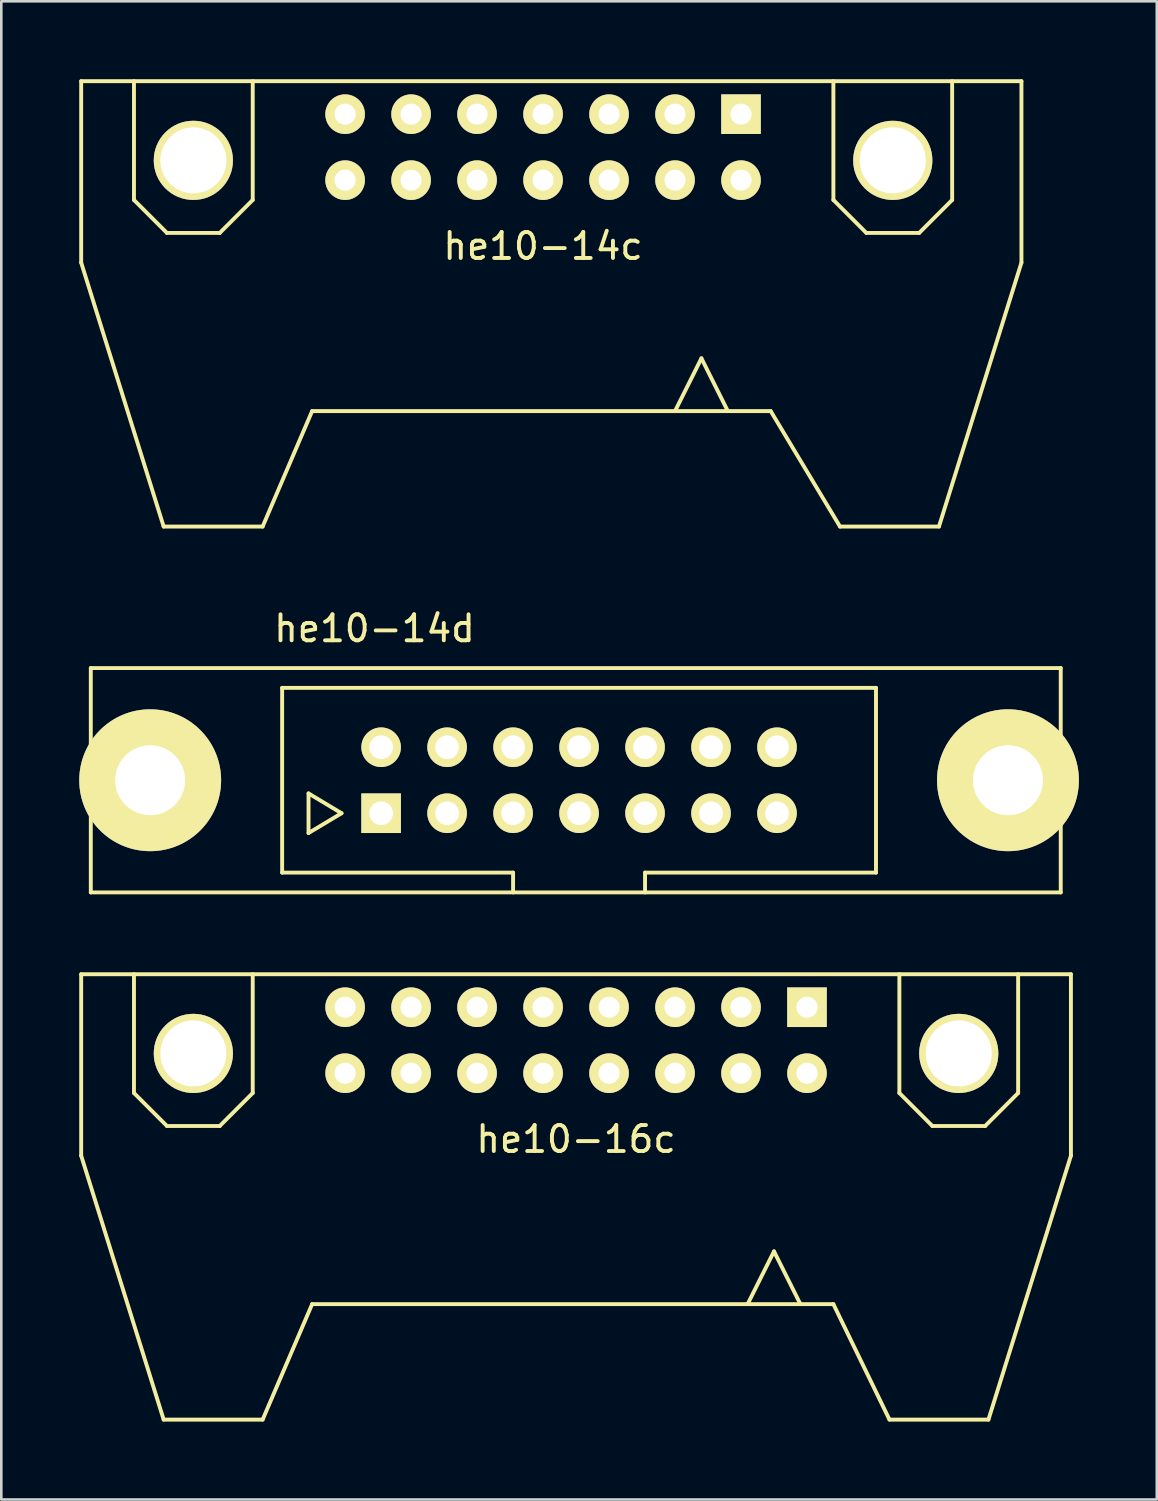
<source format=kicad_pcb>
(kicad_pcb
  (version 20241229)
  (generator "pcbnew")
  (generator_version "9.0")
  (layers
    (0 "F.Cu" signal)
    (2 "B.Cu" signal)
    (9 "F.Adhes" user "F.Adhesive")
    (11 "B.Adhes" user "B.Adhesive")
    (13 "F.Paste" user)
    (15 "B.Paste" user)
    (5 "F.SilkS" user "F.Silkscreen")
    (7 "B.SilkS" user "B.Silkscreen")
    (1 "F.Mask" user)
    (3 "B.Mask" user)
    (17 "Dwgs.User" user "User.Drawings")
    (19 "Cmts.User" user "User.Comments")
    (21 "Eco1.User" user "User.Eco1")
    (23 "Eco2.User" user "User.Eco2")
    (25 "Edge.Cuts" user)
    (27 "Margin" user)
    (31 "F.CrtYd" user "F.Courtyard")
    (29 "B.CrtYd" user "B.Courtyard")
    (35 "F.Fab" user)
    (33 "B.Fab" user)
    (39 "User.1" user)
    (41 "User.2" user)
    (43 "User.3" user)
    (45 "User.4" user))
  (footprint "he10-14d"
    (layer "F.Cu")
    (at 19.241 26.985)
    (property "Reference" "he10-14d" (at -7.874 -5.842 0) (layer "F.SilkS") (effects (font (size 1 1) (thickness 0.15))))
    (attr through_hole)
    (fp_line (start -18.796 -4.318) (end 18.542 -4.318) (stroke (width 0.15) (type solid)) (layer "F.SilkS"))
    (fp_line (start -18.796 4.318) (end -18.796 -4.318) (stroke (width 0.15) (type solid)) (layer "F.SilkS"))
    (fp_line (start -11.43 -3.556) (end 11.43 -3.556) (stroke (width 0.15) (type solid)) (layer "F.SilkS"))
    (fp_line (start -11.43 3.556) (end -11.43 -3.556) (stroke (width 0.15) (type solid)) (layer "F.SilkS"))
    (fp_line (start -10.414 0.508) (end -10.414 2.032) (stroke (width 0.15) (type solid)) (layer "F.SilkS"))
    (fp_line (start -10.414 2.032) (end -9.144 1.27) (stroke (width 0.15) (type solid)) (layer "F.SilkS"))
    (fp_line (start -9.144 1.27) (end -10.414 0.508) (stroke (width 0.15) (type solid)) (layer "F.SilkS"))
    (fp_line (start -2.54 3.556) (end -11.43 3.556) (stroke (width 0.15) (type solid)) (layer "F.SilkS"))
    (fp_line (start -2.54 4.318) (end -2.54 3.556) (stroke (width 0.15) (type solid)) (layer "F.SilkS"))
    (fp_line (start 2.54 3.556) (end 2.54 4.318) (stroke (width 0.15) (type solid)) (layer "F.SilkS"))
    (fp_line (start 11.43 -3.556) (end 11.43 3.556) (stroke (width 0.15) (type solid)) (layer "F.SilkS"))
    (fp_line (start 11.43 3.556) (end 2.54 3.556) (stroke (width 0.15) (type solid)) (layer "F.SilkS"))
    (fp_line (start 18.542 -4.318) (end 18.542 4.318) (stroke (width 0.15) (type solid)) (layer "F.SilkS"))
    (fp_line (start 18.542 4.318) (end -18.796 4.318) (stroke (width 0.15) (type solid)) (layer "F.SilkS"))
    (pad "0" thru_hole circle (at -16.51 0) (size 5.461 5.461) (drill 2.692) (layers "*.Cu" "*.Mask" "F.SilkS"))
    (pad "0" thru_hole circle (at 16.51 0) (size 5.461 5.461) (drill 2.692) (layers "*.Cu" "*.Mask" "F.SilkS"))
    (pad "1" thru_hole rect (at -7.62 1.27) (size 1.524 1.524) (drill 0.914) (layers "*.Cu" "*.Mask" "F.SilkS"))
    (pad "2" thru_hole circle (at -7.62 -1.27) (size 1.524 1.524) (drill 0.914) (layers "*.Cu" "*.Mask" "F.SilkS"))
    (pad "3" thru_hole circle (at -5.08 1.27) (size 1.524 1.524) (drill 0.914) (layers "*.Cu" "*.Mask" "F.SilkS"))
    (pad "4" thru_hole circle (at -5.08 -1.27) (size 1.524 1.524) (drill 0.914) (layers "*.Cu" "*.Mask" "F.SilkS"))
    (pad "5" thru_hole circle (at -2.54 1.27) (size 1.524 1.524) (drill 0.914) (layers "*.Cu" "*.Mask" "F.SilkS"))
    (pad "6" thru_hole circle (at -2.54 -1.27) (size 1.524 1.524) (drill 0.914) (layers "*.Cu" "*.Mask" "F.SilkS"))
    (pad "7" thru_hole circle (at 0 1.27) (size 1.524 1.524) (drill 0.914) (layers "*.Cu" "*.Mask" "F.SilkS"))
    (pad "8" thru_hole circle (at 0 -1.27) (size 1.524 1.524) (drill 0.914) (layers "*.Cu" "*.Mask" "F.SilkS"))
    (pad "9" thru_hole circle (at 2.54 1.27) (size 1.524 1.524) (drill 0.914) (layers "*.Cu" "*.Mask" "F.SilkS"))
    (pad "10" thru_hole circle (at 2.54 -1.27) (size 1.524 1.524) (drill 0.914) (layers "*.Cu" "*.Mask" "F.SilkS"))
    (pad "11" thru_hole circle (at 5.08 1.27) (size 1.524 1.524) (drill 0.914) (layers "*.Cu" "*.Mask" "F.SilkS"))
    (pad "12" thru_hole circle (at 5.08 -1.27) (size 1.524 1.524) (drill 0.914) (layers "*.Cu" "*.Mask" "F.SilkS"))
    (pad "13" thru_hole circle (at 7.62 1.27) (size 1.524 1.524) (drill 0.914) (layers "*.Cu" "*.Mask" "F.SilkS"))
    (pad "14" thru_hole circle (at 7.62 -1.27) (size 1.524 1.524) (drill 0.914) (layers "*.Cu" "*.Mask" "F.SilkS")))
  (footprint "he10-16c"
    (layer "F.Cu")
    (at 19.125 36.993)
    (property "Reference" "he10-16c" (at 0 3.81 0) (layer "F.SilkS") (effects (font (size 1 1) (thickness 0.15))))
    (attr through_hole)
    (fp_line (start -19.05 -2.54) (end -19.05 4.445) (stroke (width 0.15) (type solid)) (layer "F.SilkS"))
    (fp_line (start -19.05 -2.54) (end 19.05 -2.54) (stroke (width 0.15) (type solid)) (layer "F.SilkS"))
    (fp_line (start -19.05 4.445) (end -15.875 14.605) (stroke (width 0.15) (type solid)) (layer "F.SilkS"))
    (fp_line (start -17.018 2.032) (end -17.018 -2.54) (stroke (width 0.15) (type solid)) (layer "F.SilkS"))
    (fp_line (start -15.875 14.605) (end -12.065 14.605) (stroke (width 0.15) (type solid)) (layer "F.SilkS"))
    (fp_line (start -15.748 3.302) (end -17.018 2.032) (stroke (width 0.15) (type solid)) (layer "F.SilkS"))
    (fp_line (start -13.716 3.302) (end -15.748 3.302) (stroke (width 0.15) (type solid)) (layer "F.SilkS"))
    (fp_line (start -12.446 -2.54) (end -12.446 2.032) (stroke (width 0.15) (type solid)) (layer "F.SilkS"))
    (fp_line (start -12.446 2.032) (end -13.716 3.302) (stroke (width 0.15) (type solid)) (layer "F.SilkS"))
    (fp_line (start -12.065 14.605) (end -10.16 10.16) (stroke (width 0.15) (type solid)) (layer "F.SilkS"))
    (fp_line (start -10.16 10.16) (end 9.906 10.16) (stroke (width 0.15) (type solid)) (layer "F.SilkS"))
    (fp_line (start 7.62 8.128) (end 6.604 10.16) (stroke (width 0.15) (type solid)) (layer "F.SilkS"))
    (fp_line (start 8.636 10.16) (end 7.62 8.128) (stroke (width 0.15) (type solid)) (layer "F.SilkS"))
    (fp_line (start 12.065 14.605) (end 9.906 10.16) (stroke (width 0.15) (type solid)) (layer "F.SilkS"))
    (fp_line (start 12.446 2.032) (end 12.446 -2.54) (stroke (width 0.15) (type solid)) (layer "F.SilkS"))
    (fp_line (start 13.716 3.302) (end 12.446 2.032) (stroke (width 0.15) (type solid)) (layer "F.SilkS"))
    (fp_line (start 15.748 3.302) (end 13.716 3.302) (stroke (width 0.15) (type solid)) (layer "F.SilkS"))
    (fp_line (start 15.875 14.605) (end 12.065 14.605) (stroke (width 0.15) (type solid)) (layer "F.SilkS"))
    (fp_line (start 17.018 -2.54) (end 17.018 2.032) (stroke (width 0.15) (type solid)) (layer "F.SilkS"))
    (fp_line (start 17.018 2.032) (end 15.748 3.302) (stroke (width 0.15) (type solid)) (layer "F.SilkS"))
    (fp_line (start 19.05 -2.54) (end 19.05 4.445) (stroke (width 0.15) (type solid)) (layer "F.SilkS"))
    (fp_line (start 19.05 4.445) (end 15.875 14.605) (stroke (width 0.15) (type solid)) (layer "F.SilkS"))
    (pad "0" thru_hole circle (at -14.732 0.508) (size 3.048 3.048) (drill 2.54) (layers "*.Cu" "*.Mask" "F.SilkS"))
    (pad "0" thru_hole circle (at 14.732 0.508) (size 3.048 3.048) (drill 2.54) (layers "*.Cu" "*.Mask" "F.SilkS"))
    (pad "1" thru_hole rect (at 8.89 -1.27) (size 1.524 1.524) (drill 0.813) (layers "*.Cu" "*.Mask" "F.SilkS"))
    (pad "2" thru_hole circle (at 8.89 1.27) (size 1.524 1.524) (drill 0.813) (layers "*.Cu" "*.Mask" "F.SilkS"))
    (pad "3" thru_hole circle (at 6.35 -1.27) (size 1.524 1.524) (drill 0.813) (layers "*.Cu" "*.Mask" "F.SilkS"))
    (pad "4" thru_hole circle (at 6.35 1.27) (size 1.524 1.524) (drill 0.813) (layers "*.Cu" "*.Mask" "F.SilkS"))
    (pad "5" thru_hole circle (at 3.81 -1.27) (size 1.524 1.524) (drill 0.813) (layers "*.Cu" "*.Mask" "F.SilkS"))
    (pad "6" thru_hole circle (at 3.81 1.27) (size 1.524 1.524) (drill 0.813) (layers "*.Cu" "*.Mask" "F.SilkS"))
    (pad "7" thru_hole circle (at 1.27 -1.27) (size 1.524 1.524) (drill 0.813) (layers "*.Cu" "*.Mask" "F.SilkS"))
    (pad "8" thru_hole circle (at 1.27 1.27) (size 1.524 1.524) (drill 0.813) (layers "*.Cu" "*.Mask" "F.SilkS"))
    (pad "9" thru_hole circle (at -1.27 -1.27) (size 1.524 1.524) (drill 0.813) (layers "*.Cu" "*.Mask" "F.SilkS"))
    (pad "10" thru_hole circle (at -1.27 1.27) (size 1.524 1.524) (drill 0.813) (layers "*.Cu" "*.Mask" "F.SilkS"))
    (pad "11" thru_hole circle (at -3.81 -1.27) (size 1.524 1.524) (drill 0.813) (layers "*.Cu" "*.Mask" "F.SilkS"))
    (pad "12" thru_hole circle (at -3.81 1.27) (size 1.524 1.524) (drill 0.813) (layers "*.Cu" "*.Mask" "F.SilkS"))
    (pad "13" thru_hole circle (at -6.35 -1.27) (size 1.524 1.524) (drill 0.813) (layers "*.Cu" "*.Mask" "F.SilkS"))
    (pad "14" thru_hole circle (at -6.35 1.27) (size 1.524 1.524) (drill 0.813) (layers "*.Cu" "*.Mask" "F.SilkS"))
    (pad "15" thru_hole circle (at -8.89 -1.27) (size 1.524 1.524) (drill 0.813) (layers "*.Cu" "*.Mask" "F.SilkS"))
    (pad "16" thru_hole circle (at -8.89 1.27) (size 1.524 1.524) (drill 0.813) (layers "*.Cu" "*.Mask" "F.SilkS")))
  (footprint "he10-14c"
    (layer "F.Cu")
    (at 17.855 2.615)
    (property "Reference" "he10-14c" (at 0 3.81 0) (layer "F.SilkS") (effects (font (size 1 1) (thickness 0.15))))
    (attr through_hole)
    (fp_line (start -17.78 -2.54) (end -17.78 4.445) (stroke (width 0.15) (type solid)) (layer "F.SilkS"))
    (fp_line (start -17.78 -2.54) (end 18.415 -2.54) (stroke (width 0.15) (type solid)) (layer "F.SilkS"))
    (fp_line (start -17.78 4.445) (end -14.605 14.605) (stroke (width 0.15) (type solid)) (layer "F.SilkS"))
    (fp_line (start -15.748 2.032) (end -15.748 -2.54) (stroke (width 0.15) (type solid)) (layer "F.SilkS"))
    (fp_line (start -14.605 14.605) (end -10.795 14.605) (stroke (width 0.15) (type solid)) (layer "F.SilkS"))
    (fp_line (start -14.478 3.302) (end -15.748 2.032) (stroke (width 0.15) (type solid)) (layer "F.SilkS"))
    (fp_line (start -12.446 3.302) (end -14.478 3.302) (stroke (width 0.15) (type solid)) (layer "F.SilkS"))
    (fp_line (start -11.176 -2.54) (end -11.176 2.032) (stroke (width 0.15) (type solid)) (layer "F.SilkS"))
    (fp_line (start -11.176 2.032) (end -12.446 3.302) (stroke (width 0.15) (type solid)) (layer "F.SilkS"))
    (fp_line (start -10.795 14.605) (end -8.89 10.16) (stroke (width 0.15) (type solid)) (layer "F.SilkS"))
    (fp_line (start -8.89 10.16) (end 8.763 10.16) (stroke (width 0.15) (type solid)) (layer "F.SilkS"))
    (fp_line (start 6.096 8.128) (end 5.08 10.16) (stroke (width 0.15) (type solid)) (layer "F.SilkS"))
    (fp_line (start 7.112 10.16) (end 6.096 8.128) (stroke (width 0.15) (type solid)) (layer "F.SilkS"))
    (fp_line (start 11.176 2.032) (end 11.176 -2.54) (stroke (width 0.15) (type solid)) (layer "F.SilkS"))
    (fp_line (start 11.43 14.605) (end 8.763 10.16) (stroke (width 0.15) (type solid)) (layer "F.SilkS"))
    (fp_line (start 12.446 3.302) (end 11.176 2.032) (stroke (width 0.15) (type solid)) (layer "F.SilkS"))
    (fp_line (start 14.478 3.302) (end 12.446 3.302) (stroke (width 0.15) (type solid)) (layer "F.SilkS"))
    (fp_line (start 15.24 14.605) (end 11.43 14.605) (stroke (width 0.15) (type solid)) (layer "F.SilkS"))
    (fp_line (start 15.748 -2.54) (end 15.748 2.032) (stroke (width 0.15) (type solid)) (layer "F.SilkS"))
    (fp_line (start 15.748 2.032) (end 14.478 3.302) (stroke (width 0.15) (type solid)) (layer "F.SilkS"))
    (fp_line (start 18.415 -2.54) (end 18.415 4.445) (stroke (width 0.15) (type solid)) (layer "F.SilkS"))
    (fp_line (start 18.415 4.445) (end 15.24 14.605) (stroke (width 0.15) (type solid)) (layer "F.SilkS"))
    (pad "0" thru_hole circle (at -13.462 0.508) (size 3.048 3.048) (drill 2.54) (layers "*.Cu" "*.Mask" "F.SilkS"))
    (pad "0" thru_hole circle (at 13.462 0.508) (size 3.048 3.048) (drill 2.54) (layers "*.Cu" "*.Mask" "F.SilkS"))
    (pad "1" thru_hole rect (at 7.62 -1.27) (size 1.524 1.524) (drill 0.813) (layers "*.Cu" "*.Mask" "F.SilkS"))
    (pad "2" thru_hole circle (at 7.62 1.27) (size 1.524 1.524) (drill 0.813) (layers "*.Cu" "*.Mask" "F.SilkS"))
    (pad "3" thru_hole circle (at 5.08 -1.27) (size 1.524 1.524) (drill 0.813) (layers "*.Cu" "*.Mask" "F.SilkS"))
    (pad "4" thru_hole circle (at 5.08 1.27) (size 1.524 1.524) (drill 0.813) (layers "*.Cu" "*.Mask" "F.SilkS"))
    (pad "5" thru_hole circle (at 2.54 -1.27) (size 1.524 1.524) (drill 0.813) (layers "*.Cu" "*.Mask" "F.SilkS"))
    (pad "6" thru_hole circle (at 0 1.27) (size 1.524 1.524) (drill 0.813) (layers "*.Cu" "*.Mask" "F.SilkS"))
    (pad "7" thru_hole circle (at 0 -1.27) (size 1.524 1.524) (drill 0.813) (layers "*.Cu" "*.Mask" "F.SilkS"))
    (pad "8" thru_hole circle (at 2.54 1.27) (size 1.524 1.524) (drill 0.813) (layers "*.Cu" "*.Mask" "F.SilkS"))
    (pad "9" thru_hole circle (at -2.54 -1.27) (size 1.524 1.524) (drill 0.813) (layers "*.Cu" "*.Mask" "F.SilkS"))
    (pad "10" thru_hole circle (at -2.54 1.27) (size 1.524 1.524) (drill 0.813) (layers "*.Cu" "*.Mask" "F.SilkS"))
    (pad "11" thru_hole circle (at -5.08 -1.27) (size 1.524 1.524) (drill 0.813) (layers "*.Cu" "*.Mask" "F.SilkS"))
    (pad "12" thru_hole circle (at -5.08 1.27) (size 1.524 1.524) (drill 0.813) (layers "*.Cu" "*.Mask" "F.SilkS"))
    (pad "13" thru_hole circle (at -7.62 -1.27) (size 1.524 1.524) (drill 0.813) (layers "*.Cu" "*.Mask" "F.SilkS"))
    (pad "14" thru_hole circle (at -7.62 1.27) (size 1.524 1.524) (drill 0.813) (layers "*.Cu" "*.Mask" "F.SilkS")))
  (gr_rect
    (start -3 -3)
    (end 41.481 54.673)
    (stroke (width 0.1) (type default))
    (fill no)
    (layer "Edge.Cuts")))
</source>
